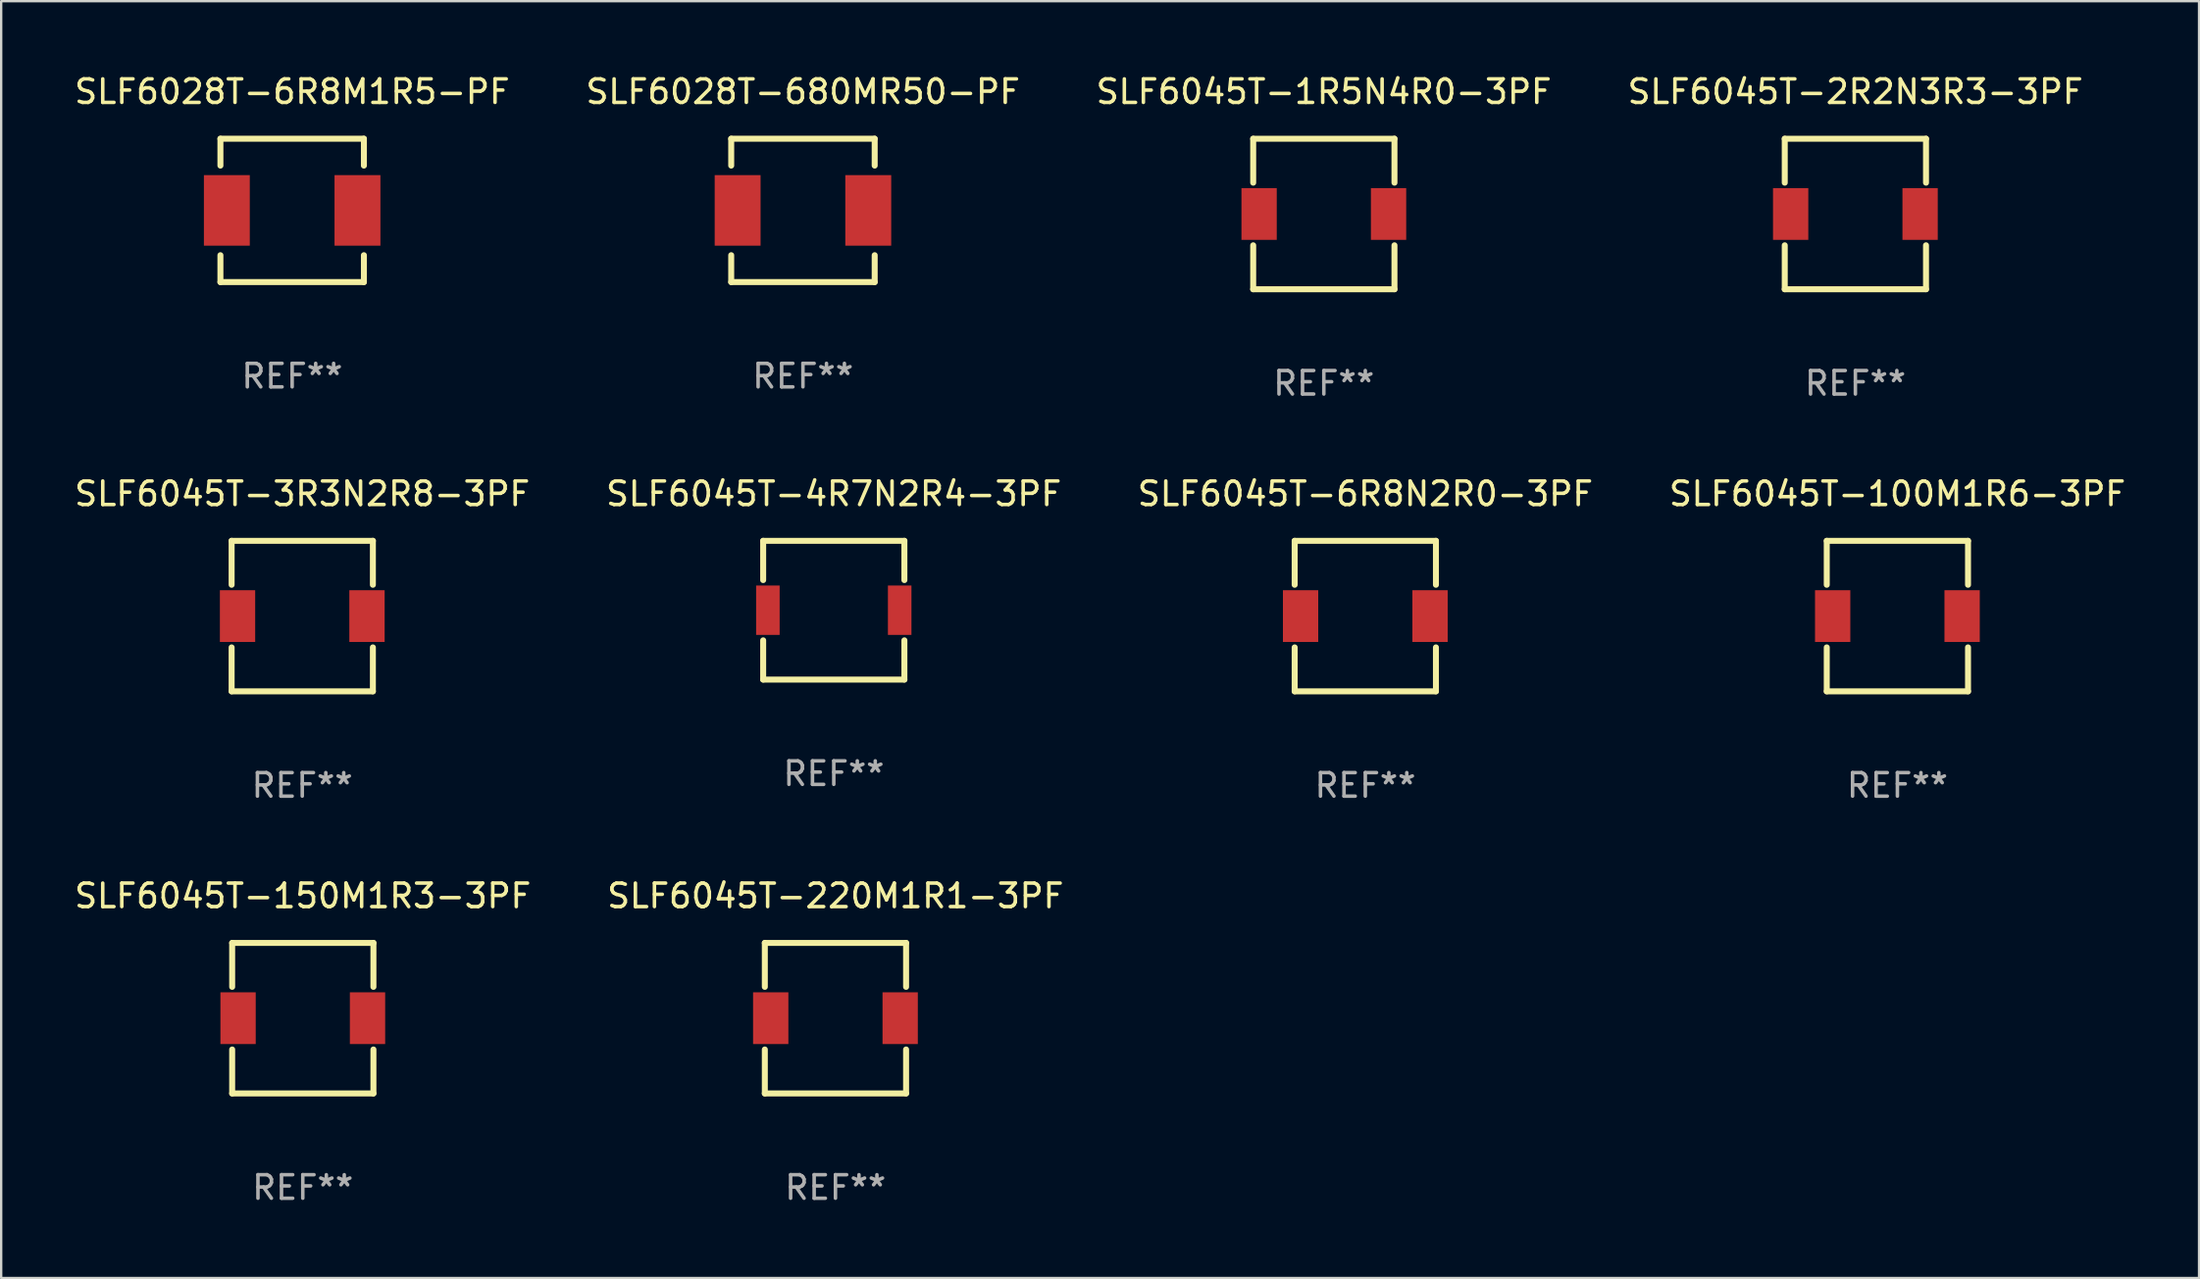
<source format=kicad_pcb>
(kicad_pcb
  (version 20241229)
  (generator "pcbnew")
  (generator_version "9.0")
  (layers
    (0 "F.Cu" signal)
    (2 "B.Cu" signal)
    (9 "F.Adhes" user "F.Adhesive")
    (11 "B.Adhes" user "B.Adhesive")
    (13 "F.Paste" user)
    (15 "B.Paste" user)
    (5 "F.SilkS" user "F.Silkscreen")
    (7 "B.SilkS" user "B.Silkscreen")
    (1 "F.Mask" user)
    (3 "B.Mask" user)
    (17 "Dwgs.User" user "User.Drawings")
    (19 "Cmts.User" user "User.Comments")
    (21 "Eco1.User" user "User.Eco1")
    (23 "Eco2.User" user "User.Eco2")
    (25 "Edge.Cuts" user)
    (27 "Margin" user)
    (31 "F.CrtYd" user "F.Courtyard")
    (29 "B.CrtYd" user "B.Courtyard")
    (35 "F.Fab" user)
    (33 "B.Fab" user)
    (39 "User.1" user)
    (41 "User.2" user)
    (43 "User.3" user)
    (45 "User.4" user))
  (footprint "SLF6045T-100M1R6-3PF"
    (layer "F.Cu")
    (at 77.565 23.146)
    (property "Reference" "SLF6045T-100M1R6-3PF" (at 0 -5.2 0) (layer "F.SilkS") (effects (font (size 1 1) (thickness 0.15))))
    (attr through_hole)
    (fp_line (start -3.001 -3.2) (end -3.001 -1.331) (stroke (width 0.254) (type solid)) (layer "F.SilkS"))
    (fp_line (start -3.001 -3.2) (end 3.001 -3.2) (stroke (width 0.254) (type solid)) (layer "F.SilkS"))
    (fp_line (start -3.001 1.331) (end -3.001 3.2) (stroke (width 0.254) (type solid)) (layer "F.SilkS"))
    (fp_line (start -3.001 3.2) (end 3.001 3.2) (stroke (width 0.254) (type solid)) (layer "F.SilkS"))
    (fp_line (start 3.001 -3.2) (end 3.001 -1.331) (stroke (width 0.254) (type solid)) (layer "F.SilkS"))
    (fp_line (start 3.001 1.331) (end 3.001 3.2) (stroke (width 0.254) (type solid)) (layer "F.SilkS"))
    (fp_circle (center -3 3) (end -2.97 3) (stroke (width 0.06) (type solid)) (fill no) (layer "F.SilkS"))
    (fp_text user "REF**" (at 0 7.2 0) (layer "F.Fab") (effects (font (size 1 1) (thickness 0.15))))
    (pad "1" smd rect (at -2.75 0) (size 1.5 2.2) (layers "F.Cu" "F.Mask" "F.Paste"))
    (pad "2" smd rect (at 2.75 0) (size 1.5 2.2) (layers "F.Cu" "F.Mask" "F.Paste")))
  (footprint "SLF6045T-150M1R3-3PF"
    (layer "F.Cu")
    (at 9.815 40.243)
    (property "Reference" "SLF6045T-150M1R3-3PF" (at 0 -5.2 0) (layer "F.SilkS") (effects (font (size 1 1) (thickness 0.15))))
    (attr through_hole)
    (fp_line (start -3.001 -3.2) (end -3.001 -1.331) (stroke (width 0.254) (type solid)) (layer "F.SilkS"))
    (fp_line (start -3.001 -3.2) (end 3.001 -3.2) (stroke (width 0.254) (type solid)) (layer "F.SilkS"))
    (fp_line (start -3.001 1.331) (end -3.001 3.2) (stroke (width 0.254) (type solid)) (layer "F.SilkS"))
    (fp_line (start -3.001 3.2) (end 3.001 3.2) (stroke (width 0.254) (type solid)) (layer "F.SilkS"))
    (fp_line (start 3.001 -3.2) (end 3.001 -1.331) (stroke (width 0.254) (type solid)) (layer "F.SilkS"))
    (fp_line (start 3.001 1.331) (end 3.001 3.2) (stroke (width 0.254) (type solid)) (layer "F.SilkS"))
    (fp_circle (center -3 3) (end -2.97 3) (stroke (width 0.06) (type solid)) (fill no) (layer "F.SilkS"))
    (fp_text user "REF**" (at 0 7.2 0) (layer "F.Fab") (effects (font (size 1 1) (thickness 0.15))))
    (pad "1" smd rect (at -2.75 0) (size 1.5 2.2) (layers "F.Cu" "F.Mask" "F.Paste"))
    (pad "2" smd rect (at 2.75 0) (size 1.5 2.2) (layers "F.Cu" "F.Mask" "F.Paste")))
  (footprint "SLF6045T-1R5N4R0-3PF"
    (layer "F.Cu")
    (at 53.196 6.049)
    (property "Reference" "SLF6045T-1R5N4R0-3PF" (at 0 -5.2 0) (layer "F.SilkS") (effects (font (size 1 1) (thickness 0.15))))
    (attr through_hole)
    (fp_line (start -3.001 -3.2) (end -3.001 -1.331) (stroke (width 0.254) (type solid)) (layer "F.SilkS"))
    (fp_line (start -3.001 -3.2) (end 3.001 -3.2) (stroke (width 0.254) (type solid)) (layer "F.SilkS"))
    (fp_line (start -3.001 1.331) (end -3.001 3.2) (stroke (width 0.254) (type solid)) (layer "F.SilkS"))
    (fp_line (start -3.001 3.2) (end 3.001 3.2) (stroke (width 0.254) (type solid)) (layer "F.SilkS"))
    (fp_line (start 3.001 -3.2) (end 3.001 -1.331) (stroke (width 0.254) (type solid)) (layer "F.SilkS"))
    (fp_line (start 3.001 1.331) (end 3.001 3.2) (stroke (width 0.254) (type solid)) (layer "F.SilkS"))
    (fp_circle (center -3 3) (end -2.97 3) (stroke (width 0.06) (type solid)) (fill no) (layer "F.SilkS"))
    (fp_text user "REF**" (at 0 7.2 0) (layer "F.Fab") (effects (font (size 1 1) (thickness 0.15))))
    (pad "1" smd rect (at -2.75 0) (size 1.5 2.2) (layers "F.Cu" "F.Mask" "F.Paste"))
    (pad "2" smd rect (at 2.75 0) (size 1.5 2.2) (layers "F.Cu" "F.Mask" "F.Paste")))
  (footprint "SLF6045T-4R7N2R4-3PF"
    (layer "F.Cu")
    (at 32.375 22.896)
    (property "Reference" "SLF6045T-4R7N2R4-3PF" (at 0 -4.95 0) (layer "F.SilkS") (effects (font (size 1 1) (thickness 0.15))))
    (attr through_hole)
    (fp_line (start -3 -2.95) (end 3 -2.95) (stroke (width 0.254) (type solid)) (layer "F.SilkS"))
    (fp_line (start -3 -1.281) (end -3 -2.95) (stroke (width 0.254) (type solid)) (layer "F.SilkS"))
    (fp_line (start -3 2.95) (end -3 1.281) (stroke (width 0.254) (type solid)) (layer "F.SilkS"))
    (fp_line (start 3 -2.95) (end 3 -1.281) (stroke (width 0.254) (type solid)) (layer "F.SilkS"))
    (fp_line (start 3 1.281) (end 3 2.95) (stroke (width 0.254) (type solid)) (layer "F.SilkS"))
    (fp_line (start 3 2.95) (end -3 2.95) (stroke (width 0.254) (type solid)) (layer "F.SilkS"))
    (fp_circle (center -2.95 3) (end -2.92 3) (stroke (width 0.06) (type solid)) (fill no) (layer "F.SilkS"))
    (fp_text user "REF**" (at 0 6.95 0) (layer "F.Fab") (effects (font (size 1 1) (thickness 0.15))))
    (pad "1" smd rect (at -2.8 0.000013 180) (size 1 2.1) (layers "F.Cu" "F.Mask" "F.Paste"))
    (pad "2" smd rect (at 2.8 0.000013 180) (size 1 2.1) (layers "F.Cu" "F.Mask" "F.Paste")))
  (footprint "SLF6045T-220M1R1-3PF"
    (layer "F.Cu")
    (at 32.446 40.243)
    (property "Reference" "SLF6045T-220M1R1-3PF" (at 0 -5.2 0) (layer "F.SilkS") (effects (font (size 1 1) (thickness 0.15))))
    (attr through_hole)
    (fp_line (start -3.001 -3.2) (end -3.001 -1.331) (stroke (width 0.254) (type solid)) (layer "F.SilkS"))
    (fp_line (start -3.001 -3.2) (end 3.001 -3.2) (stroke (width 0.254) (type solid)) (layer "F.SilkS"))
    (fp_line (start -3.001 1.331) (end -3.001 3.2) (stroke (width 0.254) (type solid)) (layer "F.SilkS"))
    (fp_line (start -3.001 3.2) (end 3.001 3.2) (stroke (width 0.254) (type solid)) (layer "F.SilkS"))
    (fp_line (start 3.001 -3.2) (end 3.001 -1.331) (stroke (width 0.254) (type solid)) (layer "F.SilkS"))
    (fp_line (start 3.001 1.331) (end 3.001 3.2) (stroke (width 0.254) (type solid)) (layer "F.SilkS"))
    (fp_circle (center -3 3) (end -2.97 3) (stroke (width 0.06) (type solid)) (fill no) (layer "F.SilkS"))
    (fp_text user "REF**" (at 0 7.2 0) (layer "F.Fab") (effects (font (size 1 1) (thickness 0.15))))
    (pad "1" smd rect (at -2.75 0) (size 1.5 2.2) (layers "F.Cu" "F.Mask" "F.Paste"))
    (pad "2" smd rect (at 2.75 0) (size 1.5 2.2) (layers "F.Cu" "F.Mask" "F.Paste")))
  (footprint "SLF6045T-2R2N3R3-3PF"
    (layer "F.Cu")
    (at 75.78 6.049)
    (property "Reference" "SLF6045T-2R2N3R3-3PF" (at 0 -5.2 0) (layer "F.SilkS") (effects (font (size 1 1) (thickness 0.15))))
    (attr through_hole)
    (fp_line (start -3.001 -3.2) (end -3.001 -1.331) (stroke (width 0.254) (type solid)) (layer "F.SilkS"))
    (fp_line (start -3.001 -3.2) (end 3.001 -3.2) (stroke (width 0.254) (type solid)) (layer "F.SilkS"))
    (fp_line (start -3.001 1.331) (end -3.001 3.2) (stroke (width 0.254) (type solid)) (layer "F.SilkS"))
    (fp_line (start -3.001 3.2) (end 3.001 3.2) (stroke (width 0.254) (type solid)) (layer "F.SilkS"))
    (fp_line (start 3.001 -3.2) (end 3.001 -1.331) (stroke (width 0.254) (type solid)) (layer "F.SilkS"))
    (fp_line (start 3.001 1.331) (end 3.001 3.2) (stroke (width 0.254) (type solid)) (layer "F.SilkS"))
    (fp_circle (center -3 3) (end -2.97 3) (stroke (width 0.06) (type solid)) (fill no) (layer "F.SilkS"))
    (fp_text user "REF**" (at 0 7.2 0) (layer "F.Fab") (effects (font (size 1 1) (thickness 0.15))))
    (pad "1" smd rect (at -2.75 0) (size 1.5 2.2) (layers "F.Cu" "F.Mask" "F.Paste"))
    (pad "2" smd rect (at 2.75 0) (size 1.5 2.2) (layers "F.Cu" "F.Mask" "F.Paste")))
  (footprint "SLF6028T-680MR50-PF"
    (layer "F.Cu")
    (at 31.065 5.896)
    (property "Reference" "SLF6028T-680MR50-PF" (at 0 -5.048 0) (layer "F.SilkS") (effects (font (size 1 1) (thickness 0.15))))
    (attr through_hole)
    (fp_line (start -3.048 -3.048) (end 3.048 -3.048) (stroke (width 0.254) (type solid)) (layer "F.SilkS"))
    (fp_line (start -3.048 -1.905) (end -3.048 -3.048) (stroke (width 0.254) (type solid)) (layer "F.SilkS"))
    (fp_line (start -3.048 3.048) (end -3.048 1.905) (stroke (width 0.254) (type solid)) (layer "F.SilkS"))
    (fp_line (start 3.048 -3.048) (end 3.048 -1.905) (stroke (width 0.254) (type solid)) (layer "F.SilkS"))
    (fp_line (start 3.048 1.905) (end 3.048 3.048) (stroke (width 0.254) (type solid)) (layer "F.SilkS"))
    (fp_line (start 3.048 3.048) (end -3.048 3.048) (stroke (width 0.254) (type solid)) (layer "F.SilkS"))
    (fp_circle (center 3 -3) (end 3.03 -3) (stroke (width 0.06) (type solid)) (fill no) (layer "F.SilkS"))
    (fp_text user "REF**" (at 0 7.048 0) (layer "F.Fab") (effects (font (size 1 1) (thickness 0.15))))
    (pad "1" smd rect (at 2.775 0) (size 1.95 3) (layers "F.Cu" "F.Mask" "F.Paste"))
    (pad "2" smd rect (at -2.775 0) (size 1.95 3) (layers "F.Cu" "F.Mask" "F.Paste")))
  (footprint "SLF6045T-6R8N2R0-3PF"
    (layer "F.Cu")
    (at 54.958 23.146)
    (property "Reference" "SLF6045T-6R8N2R0-3PF" (at 0 -5.2 0) (layer "F.SilkS") (effects (font (size 1 1) (thickness 0.15))))
    (attr through_hole)
    (fp_line (start -3.001 -3.2) (end -3.001 -1.331) (stroke (width 0.254) (type solid)) (layer "F.SilkS"))
    (fp_line (start -3.001 -3.2) (end 3.001 -3.2) (stroke (width 0.254) (type solid)) (layer "F.SilkS"))
    (fp_line (start -3.001 1.331) (end -3.001 3.2) (stroke (width 0.254) (type solid)) (layer "F.SilkS"))
    (fp_line (start -3.001 3.2) (end 3.001 3.2) (stroke (width 0.254) (type solid)) (layer "F.SilkS"))
    (fp_line (start 3.001 -3.2) (end 3.001 -1.331) (stroke (width 0.254) (type solid)) (layer "F.SilkS"))
    (fp_line (start 3.001 1.331) (end 3.001 3.2) (stroke (width 0.254) (type solid)) (layer "F.SilkS"))
    (fp_circle (center -3 3) (end -2.97 3) (stroke (width 0.06) (type solid)) (fill no) (layer "F.SilkS"))
    (fp_text user "REF**" (at 0 7.2 0) (layer "F.Fab") (effects (font (size 1 1) (thickness 0.15))))
    (pad "1" smd rect (at -2.75 0) (size 1.5 2.2) (layers "F.Cu" "F.Mask" "F.Paste"))
    (pad "2" smd rect (at 2.75 0) (size 1.5 2.2) (layers "F.Cu" "F.Mask" "F.Paste")))
  (footprint "SLF6045T-3R3N2R8-3PF"
    (layer "F.Cu")
    (at 9.792 23.146)
    (property "Reference" "SLF6045T-3R3N2R8-3PF" (at 0 -5.2 0) (layer "F.SilkS") (effects (font (size 1 1) (thickness 0.15))))
    (attr through_hole)
    (fp_line (start -3.001 -3.2) (end -3.001 -1.331) (stroke (width 0.254) (type solid)) (layer "F.SilkS"))
    (fp_line (start -3.001 -3.2) (end 3.001 -3.2) (stroke (width 0.254) (type solid)) (layer "F.SilkS"))
    (fp_line (start -3.001 1.331) (end -3.001 3.2) (stroke (width 0.254) (type solid)) (layer "F.SilkS"))
    (fp_line (start -3.001 3.2) (end 3.001 3.2) (stroke (width 0.254) (type solid)) (layer "F.SilkS"))
    (fp_line (start 3.001 -3.2) (end 3.001 -1.331) (stroke (width 0.254) (type solid)) (layer "F.SilkS"))
    (fp_line (start 3.001 1.331) (end 3.001 3.2) (stroke (width 0.254) (type solid)) (layer "F.SilkS"))
    (fp_circle (center -3 3) (end -2.97 3) (stroke (width 0.06) (type solid)) (fill no) (layer "F.SilkS"))
    (fp_text user "REF**" (at 0 7.2 0) (layer "F.Fab") (effects (font (size 1 1) (thickness 0.15))))
    (pad "1" smd rect (at -2.75 0) (size 1.5 2.2) (layers "F.Cu" "F.Mask" "F.Paste"))
    (pad "2" smd rect (at 2.75 0) (size 1.5 2.2) (layers "F.Cu" "F.Mask" "F.Paste")))
  (footprint "SLF6028T-6R8M1R5-PF"
    (layer "F.Cu")
    (at 9.363 5.896)
    (property "Reference" "SLF6028T-6R8M1R5-PF" (at 0 -5.048 0) (layer "F.SilkS") (effects (font (size 1 1) (thickness 0.15))))
    (attr through_hole)
    (fp_line (start -3.048 -3.048) (end 3.048 -3.048) (stroke (width 0.254) (type solid)) (layer "F.SilkS"))
    (fp_line (start -3.048 -1.905) (end -3.048 -3.048) (stroke (width 0.254) (type solid)) (layer "F.SilkS"))
    (fp_line (start -3.048 3.048) (end -3.048 1.905) (stroke (width 0.254) (type solid)) (layer "F.SilkS"))
    (fp_line (start 3.048 -3.048) (end 3.048 -1.905) (stroke (width 0.254) (type solid)) (layer "F.SilkS"))
    (fp_line (start 3.048 1.905) (end 3.048 3.048) (stroke (width 0.254) (type solid)) (layer "F.SilkS"))
    (fp_line (start 3.048 3.048) (end -3.048 3.048) (stroke (width 0.254) (type solid)) (layer "F.SilkS"))
    (fp_circle (center 3 -3) (end 3.03 -3) (stroke (width 0.06) (type solid)) (fill no) (layer "F.SilkS"))
    (fp_text user "REF**" (at 0 7.048 0) (layer "F.Fab") (effects (font (size 1 1) (thickness 0.15))))
    (pad "1" smd rect (at 2.775 0) (size 1.95 3) (layers "F.Cu" "F.Mask" "F.Paste"))
    (pad "2" smd rect (at -2.775 0) (size 1.95 3) (layers "F.Cu" "F.Mask" "F.Paste")))
  (gr_rect
    (start -3 -3)
    (end 90.381 51.292)
    (stroke (width 0.1) (type default))
    (fill no)
    (layer "Edge.Cuts")))
</source>
